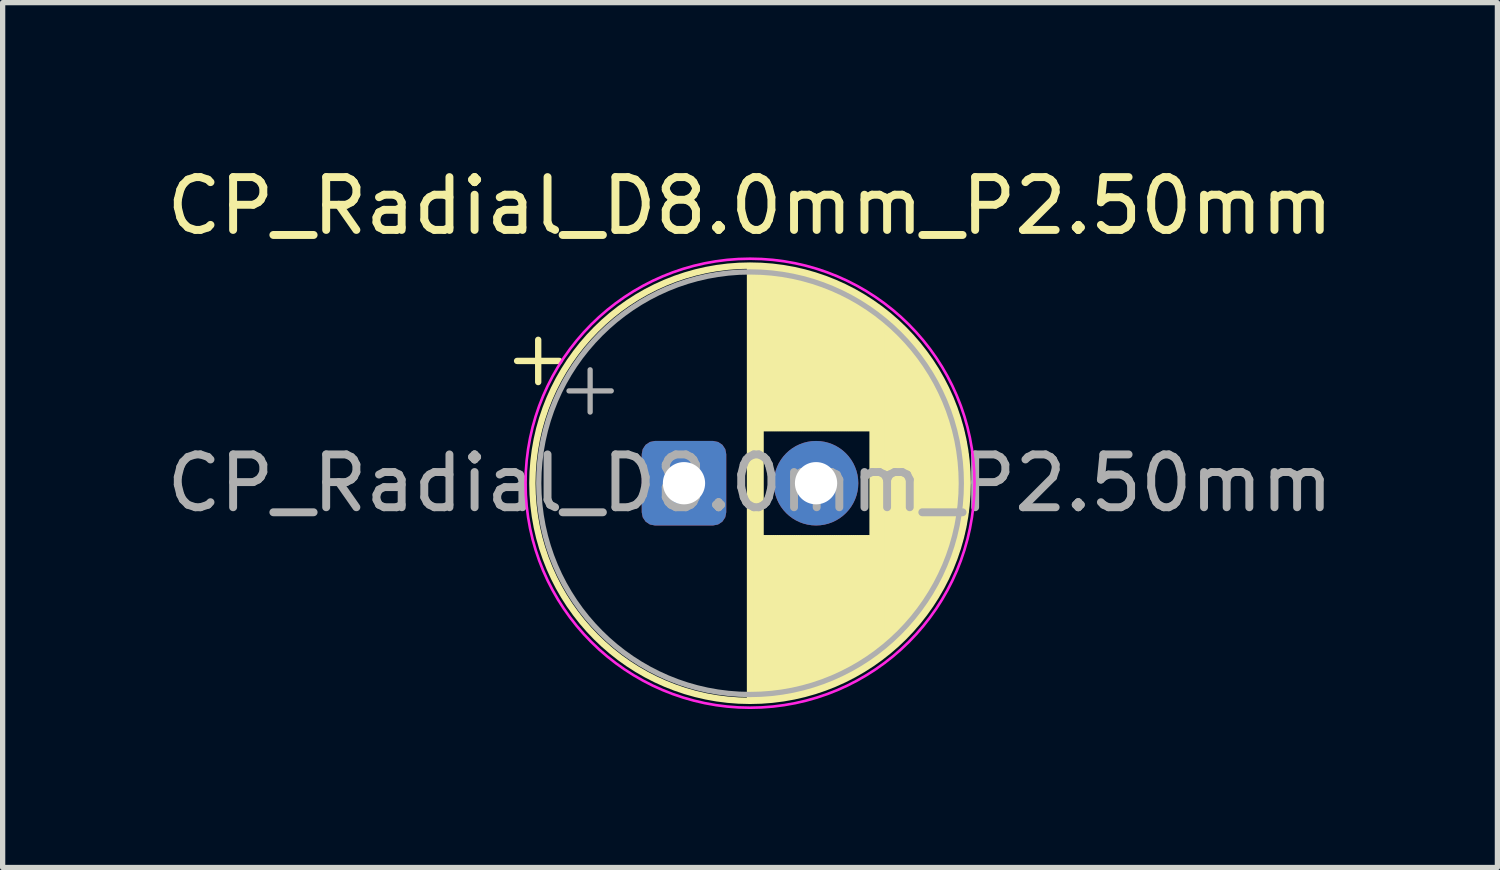
<source format=kicad_pcb>
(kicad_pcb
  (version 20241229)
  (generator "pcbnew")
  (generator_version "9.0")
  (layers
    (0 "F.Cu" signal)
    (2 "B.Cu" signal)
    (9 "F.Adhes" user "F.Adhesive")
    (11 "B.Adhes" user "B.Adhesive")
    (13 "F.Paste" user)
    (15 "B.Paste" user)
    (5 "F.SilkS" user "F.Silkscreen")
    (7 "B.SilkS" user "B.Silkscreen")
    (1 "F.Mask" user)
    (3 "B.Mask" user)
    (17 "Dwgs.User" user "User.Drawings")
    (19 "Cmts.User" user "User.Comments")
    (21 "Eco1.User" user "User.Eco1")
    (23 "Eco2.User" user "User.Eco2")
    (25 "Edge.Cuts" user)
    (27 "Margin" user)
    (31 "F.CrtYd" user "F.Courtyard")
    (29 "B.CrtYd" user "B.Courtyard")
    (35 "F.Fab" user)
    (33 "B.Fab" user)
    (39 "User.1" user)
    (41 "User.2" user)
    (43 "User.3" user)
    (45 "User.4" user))
  (footprint "CP_Radial_D8.0mm_P2.50mm"
    (layer "F.Cu")
    (at 9.899 6.098)
    (property "Reference" "CP_Radial_D8.0mm_P2.50mm" (at 1.25 -5.25 0) (layer "F.SilkS") (effects (font (size 1 1) (thickness 0.15))))
    (attr through_hole)
    (fp_line (start -3.16 -2.315) (end -2.36 -2.315) (stroke (width 0.12) (type solid)) (layer "F.SilkS"))
    (fp_line (start -2.76 -2.715) (end -2.76 -1.915) (stroke (width 0.12) (type solid)) (layer "F.SilkS"))
    (fp_line (start 1.25 -4.08) (end 1.25 4.08) (stroke (width 0.12) (type solid)) (layer "F.SilkS"))
    (fp_line (start 1.29 -4.08) (end 1.29 4.08) (stroke (width 0.12) (type solid)) (layer "F.SilkS"))
    (fp_line (start 1.33 -4.079) (end 1.33 4.079) (stroke (width 0.12) (type solid)) (layer "F.SilkS"))
    (fp_line (start 1.37 -4.078) (end 1.37 4.078) (stroke (width 0.12) (type solid)) (layer "F.SilkS"))
    (fp_line (start 1.41 -4.077) (end 1.41 4.077) (stroke (width 0.12) (type solid)) (layer "F.SilkS"))
    (fp_line (start 1.45 -4.075) (end 1.45 4.075) (stroke (width 0.12) (type solid)) (layer "F.SilkS"))
    (fp_line (start 1.49 -4.073) (end 1.49 -1.04) (stroke (width 0.12) (type solid)) (layer "F.SilkS"))
    (fp_line (start 1.49 1.04) (end 1.49 4.073) (stroke (width 0.12) (type solid)) (layer "F.SilkS"))
    (fp_line (start 1.53 -4.07) (end 1.53 -1.04) (stroke (width 0.12) (type solid)) (layer "F.SilkS"))
    (fp_line (start 1.53 1.04) (end 1.53 4.07) (stroke (width 0.12) (type solid)) (layer "F.SilkS"))
    (fp_line (start 1.57 -4.068) (end 1.57 -1.04) (stroke (width 0.12) (type solid)) (layer "F.SilkS"))
    (fp_line (start 1.57 1.04) (end 1.57 4.068) (stroke (width 0.12) (type solid)) (layer "F.SilkS"))
    (fp_line (start 1.61 -4.064) (end 1.61 -1.04) (stroke (width 0.12) (type solid)) (layer "F.SilkS"))
    (fp_line (start 1.61 1.04) (end 1.61 4.064) (stroke (width 0.12) (type solid)) (layer "F.SilkS"))
    (fp_line (start 1.65 -4.061) (end 1.65 -1.04) (stroke (width 0.12) (type solid)) (layer "F.SilkS"))
    (fp_line (start 1.65 1.04) (end 1.65 4.061) (stroke (width 0.12) (type solid)) (layer "F.SilkS"))
    (fp_line (start 1.69 -4.056) (end 1.69 -1.04) (stroke (width 0.12) (type solid)) (layer "F.SilkS"))
    (fp_line (start 1.69 1.04) (end 1.69 4.056) (stroke (width 0.12) (type solid)) (layer "F.SilkS"))
    (fp_line (start 1.73 -4.052) (end 1.73 -1.04) (stroke (width 0.12) (type solid)) (layer "F.SilkS"))
    (fp_line (start 1.73 1.04) (end 1.73 4.052) (stroke (width 0.12) (type solid)) (layer "F.SilkS"))
    (fp_line (start 1.77 -4.047) (end 1.77 -1.04) (stroke (width 0.12) (type solid)) (layer "F.SilkS"))
    (fp_line (start 1.77 1.04) (end 1.77 4.047) (stroke (width 0.12) (type solid)) (layer "F.SilkS"))
    (fp_line (start 1.81 -4.042) (end 1.81 -1.04) (stroke (width 0.12) (type solid)) (layer "F.SilkS"))
    (fp_line (start 1.81 1.04) (end 1.81 4.042) (stroke (width 0.12) (type solid)) (layer "F.SilkS"))
    (fp_line (start 1.85 -4.036) (end 1.85 -1.04) (stroke (width 0.12) (type solid)) (layer "F.SilkS"))
    (fp_line (start 1.85 1.04) (end 1.85 4.036) (stroke (width 0.12) (type solid)) (layer "F.SilkS"))
    (fp_line (start 1.89 -4.03) (end 1.89 -1.04) (stroke (width 0.12) (type solid)) (layer "F.SilkS"))
    (fp_line (start 1.89 1.04) (end 1.89 4.03) (stroke (width 0.12) (type solid)) (layer "F.SilkS"))
    (fp_line (start 1.93 -4.023) (end 1.93 -1.04) (stroke (width 0.12) (type solid)) (layer "F.SilkS"))
    (fp_line (start 1.93 1.04) (end 1.93 4.023) (stroke (width 0.12) (type solid)) (layer "F.SilkS"))
    (fp_line (start 1.97 -4.017) (end 1.97 -1.04) (stroke (width 0.12) (type solid)) (layer "F.SilkS"))
    (fp_line (start 1.97 1.04) (end 1.97 4.017) (stroke (width 0.12) (type solid)) (layer "F.SilkS"))
    (fp_line (start 2.01 -4.009) (end 2.01 -1.04) (stroke (width 0.12) (type solid)) (layer "F.SilkS"))
    (fp_line (start 2.01 1.04) (end 2.01 4.009) (stroke (width 0.12) (type solid)) (layer "F.SilkS"))
    (fp_line (start 2.05 -4.002) (end 2.05 -1.04) (stroke (width 0.12) (type solid)) (layer "F.SilkS"))
    (fp_line (start 2.05 1.04) (end 2.05 4.002) (stroke (width 0.12) (type solid)) (layer "F.SilkS"))
    (fp_line (start 2.09 -3.993) (end 2.09 -1.04) (stroke (width 0.12) (type solid)) (layer "F.SilkS"))
    (fp_line (start 2.09 1.04) (end 2.09 3.993) (stroke (width 0.12) (type solid)) (layer "F.SilkS"))
    (fp_line (start 2.13 -3.985) (end 2.13 -1.04) (stroke (width 0.12) (type solid)) (layer "F.SilkS"))
    (fp_line (start 2.13 1.04) (end 2.13 3.985) (stroke (width 0.12) (type solid)) (layer "F.SilkS"))
    (fp_line (start 2.17 -3.976) (end 2.17 -1.04) (stroke (width 0.12) (type solid)) (layer "F.SilkS"))
    (fp_line (start 2.17 1.04) (end 2.17 3.976) (stroke (width 0.12) (type solid)) (layer "F.SilkS"))
    (fp_line (start 2.21 -3.967) (end 2.21 -1.04) (stroke (width 0.12) (type solid)) (layer "F.SilkS"))
    (fp_line (start 2.21 1.04) (end 2.21 3.967) (stroke (width 0.12) (type solid)) (layer "F.SilkS"))
    (fp_line (start 2.25 -3.957) (end 2.25 -1.04) (stroke (width 0.12) (type solid)) (layer "F.SilkS"))
    (fp_line (start 2.25 1.04) (end 2.25 3.957) (stroke (width 0.12) (type solid)) (layer "F.SilkS"))
    (fp_line (start 2.29 -3.947) (end 2.29 -1.04) (stroke (width 0.12) (type solid)) (layer "F.SilkS"))
    (fp_line (start 2.29 1.04) (end 2.29 3.947) (stroke (width 0.12) (type solid)) (layer "F.SilkS"))
    (fp_line (start 2.33 -3.936) (end 2.33 -1.04) (stroke (width 0.12) (type solid)) (layer "F.SilkS"))
    (fp_line (start 2.33 1.04) (end 2.33 3.936) (stroke (width 0.12) (type solid)) (layer "F.SilkS"))
    (fp_line (start 2.37 -3.925) (end 2.37 -1.04) (stroke (width 0.12) (type solid)) (layer "F.SilkS"))
    (fp_line (start 2.37 1.04) (end 2.37 3.925) (stroke (width 0.12) (type solid)) (layer "F.SilkS"))
    (fp_line (start 2.41 -3.913) (end 2.41 -1.04) (stroke (width 0.12) (type solid)) (layer "F.SilkS"))
    (fp_line (start 2.41 1.04) (end 2.41 3.913) (stroke (width 0.12) (type solid)) (layer "F.SilkS"))
    (fp_line (start 2.45 -3.901) (end 2.45 -1.04) (stroke (width 0.12) (type solid)) (layer "F.SilkS"))
    (fp_line (start 2.45 1.04) (end 2.45 3.901) (stroke (width 0.12) (type solid)) (layer "F.SilkS"))
    (fp_line (start 2.49 -3.889) (end 2.49 -1.04) (stroke (width 0.12) (type solid)) (layer "F.SilkS"))
    (fp_line (start 2.49 1.04) (end 2.49 3.889) (stroke (width 0.12) (type solid)) (layer "F.SilkS"))
    (fp_line (start 2.53 -3.876) (end 2.53 -1.04) (stroke (width 0.12) (type solid)) (layer "F.SilkS"))
    (fp_line (start 2.53 1.04) (end 2.53 3.876) (stroke (width 0.12) (type solid)) (layer "F.SilkS"))
    (fp_line (start 2.57 -3.863) (end 2.57 -1.04) (stroke (width 0.12) (type solid)) (layer "F.SilkS"))
    (fp_line (start 2.57 1.04) (end 2.57 3.863) (stroke (width 0.12) (type solid)) (layer "F.SilkS"))
    (fp_line (start 2.61 -3.849) (end 2.61 -1.04) (stroke (width 0.12) (type solid)) (layer "F.SilkS"))
    (fp_line (start 2.61 1.04) (end 2.61 3.849) (stroke (width 0.12) (type solid)) (layer "F.SilkS"))
    (fp_line (start 2.65 -3.835) (end 2.65 -1.04) (stroke (width 0.12) (type solid)) (layer "F.SilkS"))
    (fp_line (start 2.65 1.04) (end 2.65 3.835) (stroke (width 0.12) (type solid)) (layer "F.SilkS"))
    (fp_line (start 2.69 -3.82) (end 2.69 -1.04) (stroke (width 0.12) (type solid)) (layer "F.SilkS"))
    (fp_line (start 2.69 1.04) (end 2.69 3.82) (stroke (width 0.12) (type solid)) (layer "F.SilkS"))
    (fp_line (start 2.73 -3.805) (end 2.73 -1.04) (stroke (width 0.12) (type solid)) (layer "F.SilkS"))
    (fp_line (start 2.73 1.04) (end 2.73 3.805) (stroke (width 0.12) (type solid)) (layer "F.SilkS"))
    (fp_line (start 2.77 -3.789) (end 2.77 -1.04) (stroke (width 0.12) (type solid)) (layer "F.SilkS"))
    (fp_line (start 2.77 1.04) (end 2.77 3.789) (stroke (width 0.12) (type solid)) (layer "F.SilkS"))
    (fp_line (start 2.81 -3.773) (end 2.81 -1.04) (stroke (width 0.12) (type solid)) (layer "F.SilkS"))
    (fp_line (start 2.81 1.04) (end 2.81 3.773) (stroke (width 0.12) (type solid)) (layer "F.SilkS"))
    (fp_line (start 2.85 -3.757) (end 2.85 -1.04) (stroke (width 0.12) (type solid)) (layer "F.SilkS"))
    (fp_line (start 2.85 1.04) (end 2.85 3.757) (stroke (width 0.12) (type solid)) (layer "F.SilkS"))
    (fp_line (start 2.89 -3.74) (end 2.89 -1.04) (stroke (width 0.12) (type solid)) (layer "F.SilkS"))
    (fp_line (start 2.89 1.04) (end 2.89 3.74) (stroke (width 0.12) (type solid)) (layer "F.SilkS"))
    (fp_line (start 2.93 -3.722) (end 2.93 -1.04) (stroke (width 0.12) (type solid)) (layer "F.SilkS"))
    (fp_line (start 2.93 1.04) (end 2.93 3.722) (stroke (width 0.12) (type solid)) (layer "F.SilkS"))
    (fp_line (start 2.97 -3.704) (end 2.97 -1.04) (stroke (width 0.12) (type solid)) (layer "F.SilkS"))
    (fp_line (start 2.97 1.04) (end 2.97 3.704) (stroke (width 0.12) (type solid)) (layer "F.SilkS"))
    (fp_line (start 3.01 -3.685) (end 3.01 -1.04) (stroke (width 0.12) (type solid)) (layer "F.SilkS"))
    (fp_line (start 3.01 1.04) (end 3.01 3.685) (stroke (width 0.12) (type solid)) (layer "F.SilkS"))
    (fp_line (start 3.05 -3.666) (end 3.05 -1.04) (stroke (width 0.12) (type solid)) (layer "F.SilkS"))
    (fp_line (start 3.05 1.04) (end 3.05 3.666) (stroke (width 0.12) (type solid)) (layer "F.SilkS"))
    (fp_line (start 3.09 -3.646) (end 3.09 -1.04) (stroke (width 0.12) (type solid)) (layer "F.SilkS"))
    (fp_line (start 3.09 1.04) (end 3.09 3.646) (stroke (width 0.12) (type solid)) (layer "F.SilkS"))
    (fp_line (start 3.13 -3.626) (end 3.13 -1.04) (stroke (width 0.12) (type solid)) (layer "F.SilkS"))
    (fp_line (start 3.13 1.04) (end 3.13 3.626) (stroke (width 0.12) (type solid)) (layer "F.SilkS"))
    (fp_line (start 3.17 -3.605) (end 3.17 -1.04) (stroke (width 0.12) (type solid)) (layer "F.SilkS"))
    (fp_line (start 3.17 1.04) (end 3.17 3.605) (stroke (width 0.12) (type solid)) (layer "F.SilkS"))
    (fp_line (start 3.21 -3.584) (end 3.21 -1.04) (stroke (width 0.12) (type solid)) (layer "F.SilkS"))
    (fp_line (start 3.21 1.04) (end 3.21 3.584) (stroke (width 0.12) (type solid)) (layer "F.SilkS"))
    (fp_line (start 3.25 -3.562) (end 3.25 -1.04) (stroke (width 0.12) (type solid)) (layer "F.SilkS"))
    (fp_line (start 3.25 1.04) (end 3.25 3.562) (stroke (width 0.12) (type solid)) (layer "F.SilkS"))
    (fp_line (start 3.29 -3.539) (end 3.29 -1.04) (stroke (width 0.12) (type solid)) (layer "F.SilkS"))
    (fp_line (start 3.29 1.04) (end 3.29 3.539) (stroke (width 0.12) (type solid)) (layer "F.SilkS"))
    (fp_line (start 3.33 -3.516) (end 3.33 -1.04) (stroke (width 0.12) (type solid)) (layer "F.SilkS"))
    (fp_line (start 3.33 1.04) (end 3.33 3.516) (stroke (width 0.12) (type solid)) (layer "F.SilkS"))
    (fp_line (start 3.37 -3.493) (end 3.37 -1.04) (stroke (width 0.12) (type solid)) (layer "F.SilkS"))
    (fp_line (start 3.37 1.04) (end 3.37 3.493) (stroke (width 0.12) (type solid)) (layer "F.SilkS"))
    (fp_line (start 3.41 -3.468) (end 3.41 -1.04) (stroke (width 0.12) (type solid)) (layer "F.SilkS"))
    (fp_line (start 3.41 1.04) (end 3.41 3.468) (stroke (width 0.12) (type solid)) (layer "F.SilkS"))
    (fp_line (start 3.45 -3.443) (end 3.45 -1.04) (stroke (width 0.12) (type solid)) (layer "F.SilkS"))
    (fp_line (start 3.45 1.04) (end 3.45 3.443) (stroke (width 0.12) (type solid)) (layer "F.SilkS"))
    (fp_line (start 3.49 -3.418) (end 3.49 -1.04) (stroke (width 0.12) (type solid)) (layer "F.SilkS"))
    (fp_line (start 3.49 1.04) (end 3.49 3.418) (stroke (width 0.12) (type solid)) (layer "F.SilkS"))
    (fp_line (start 3.53 -3.392) (end 3.53 -1.04) (stroke (width 0.12) (type solid)) (layer "F.SilkS"))
    (fp_line (start 3.53 1.04) (end 3.53 3.392) (stroke (width 0.12) (type solid)) (layer "F.SilkS"))
    (fp_line (start 3.57 -3.365) (end 3.57 3.365) (stroke (width 0.12) (type solid)) (layer "F.SilkS"))
    (fp_line (start 3.61 -3.337) (end 3.61 3.337) (stroke (width 0.12) (type solid)) (layer "F.SilkS"))
    (fp_line (start 3.65 -3.309) (end 3.65 3.309) (stroke (width 0.12) (type solid)) (layer "F.SilkS"))
    (fp_line (start 3.69 -3.28) (end 3.69 3.28) (stroke (width 0.12) (type solid)) (layer "F.SilkS"))
    (fp_line (start 3.73 -3.25) (end 3.73 3.25) (stroke (width 0.12) (type solid)) (layer "F.SilkS"))
    (fp_line (start 3.77 -3.219) (end 3.77 3.219) (stroke (width 0.12) (type solid)) (layer "F.SilkS"))
    (fp_line (start 3.81 -3.188) (end 3.81 3.188) (stroke (width 0.12) (type solid)) (layer "F.SilkS"))
    (fp_line (start 3.85 -3.156) (end 3.85 3.156) (stroke (width 0.12) (type solid)) (layer "F.SilkS"))
    (fp_line (start 3.89 -3.123) (end 3.89 3.123) (stroke (width 0.12) (type solid)) (layer "F.SilkS"))
    (fp_line (start 3.93 -3.089) (end 3.93 3.089) (stroke (width 0.12) (type solid)) (layer "F.SilkS"))
    (fp_line (start 3.97 -3.055) (end 3.97 3.055) (stroke (width 0.12) (type solid)) (layer "F.SilkS"))
    (fp_line (start 4.01 -3.019) (end 4.01 3.019) (stroke (width 0.12) (type solid)) (layer "F.SilkS"))
    (fp_line (start 4.05 -2.982) (end 4.05 2.982) (stroke (width 0.12) (type solid)) (layer "F.SilkS"))
    (fp_line (start 4.09 -2.945) (end 4.09 2.945) (stroke (width 0.12) (type solid)) (layer "F.SilkS"))
    (fp_line (start 4.13 -2.906) (end 4.13 2.906) (stroke (width 0.12) (type solid)) (layer "F.SilkS"))
    (fp_line (start 4.17 -2.867) (end 4.17 2.867) (stroke (width 0.12) (type solid)) (layer "F.SilkS"))
    (fp_line (start 4.21 -2.826) (end 4.21 2.826) (stroke (width 0.12) (type solid)) (layer "F.SilkS"))
    (fp_line (start 4.25 -2.784) (end 4.25 2.784) (stroke (width 0.12) (type solid)) (layer "F.SilkS"))
    (fp_line (start 4.29 -2.741) (end 4.29 2.741) (stroke (width 0.12) (type solid)) (layer "F.SilkS"))
    (fp_line (start 4.33 -2.696) (end 4.33 2.696) (stroke (width 0.12) (type solid)) (layer "F.SilkS"))
    (fp_line (start 4.37 -2.651) (end 4.37 2.651) (stroke (width 0.12) (type solid)) (layer "F.SilkS"))
    (fp_line (start 4.41 -2.604) (end 4.41 2.604) (stroke (width 0.12) (type solid)) (layer "F.SilkS"))
    (fp_line (start 4.45 -2.555) (end 4.45 2.555) (stroke (width 0.12) (type solid)) (layer "F.SilkS"))
    (fp_line (start 4.49 -2.505) (end 4.49 2.505) (stroke (width 0.12) (type solid)) (layer "F.SilkS"))
    (fp_line (start 4.53 -2.453) (end 4.53 2.453) (stroke (width 0.12) (type solid)) (layer "F.SilkS"))
    (fp_line (start 4.57 -2.4) (end 4.57 2.4) (stroke (width 0.12) (type solid)) (layer "F.SilkS"))
    (fp_line (start 4.61 -2.344) (end 4.61 2.344) (stroke (width 0.12) (type solid)) (layer "F.SilkS"))
    (fp_line (start 4.65 -2.287) (end 4.65 2.287) (stroke (width 0.12) (type solid)) (layer "F.SilkS"))
    (fp_line (start 4.69 -2.227) (end 4.69 2.227) (stroke (width 0.12) (type solid)) (layer "F.SilkS"))
    (fp_line (start 4.73 -2.165) (end 4.73 2.165) (stroke (width 0.12) (type solid)) (layer "F.SilkS"))
    (fp_line (start 4.77 -2.101) (end 4.77 2.101) (stroke (width 0.12) (type solid)) (layer "F.SilkS"))
    (fp_line (start 4.81 -2.034) (end 4.81 2.034) (stroke (width 0.12) (type solid)) (layer "F.SilkS"))
    (fp_line (start 4.85 -1.964) (end 4.85 1.964) (stroke (width 0.12) (type solid)) (layer "F.SilkS"))
    (fp_line (start 4.89 -1.89) (end 4.89 1.89) (stroke (width 0.12) (type solid)) (layer "F.SilkS"))
    (fp_line (start 4.93 -1.813) (end 4.93 1.813) (stroke (width 0.12) (type solid)) (layer "F.SilkS"))
    (fp_line (start 4.97 -1.731) (end 4.97 1.731) (stroke (width 0.12) (type solid)) (layer "F.SilkS"))
    (fp_line (start 5.01 -1.644) (end 5.01 1.644) (stroke (width 0.12) (type solid)) (layer "F.SilkS"))
    (fp_line (start 5.05 -1.552) (end 5.05 1.552) (stroke (width 0.12) (type solid)) (layer "F.SilkS"))
    (fp_line (start 5.09 -1.453) (end 5.09 1.453) (stroke (width 0.12) (type solid)) (layer "F.SilkS"))
    (fp_line (start 5.13 -1.346) (end 5.13 1.346) (stroke (width 0.12) (type solid)) (layer "F.SilkS"))
    (fp_line (start 5.17 -1.228) (end 5.17 1.228) (stroke (width 0.12) (type solid)) (layer "F.SilkS"))
    (fp_line (start 5.21 -1.097) (end 5.21 1.097) (stroke (width 0.12) (type solid)) (layer "F.SilkS"))
    (fp_line (start 5.25 -0.947) (end 5.25 0.947) (stroke (width 0.12) (type solid)) (layer "F.SilkS"))
    (fp_line (start 5.29 -0.768) (end 5.29 0.768) (stroke (width 0.12) (type solid)) (layer "F.SilkS"))
    (fp_line (start 5.33 -0.533) (end 5.33 0.533) (stroke (width 0.12) (type solid)) (layer "F.SilkS"))
    (fp_circle (center 1.25 0) (end 5.37 0) (stroke (width 0.12) (type solid)) (fill no) (layer "F.SilkS"))
    (fp_circle (center 1.25 0) (end 5.5 0) (stroke (width 0.05) (type solid)) (fill no) (layer "F.CrtYd"))
    (fp_line (start -2.177 -1.748) (end -1.377 -1.748) (stroke (width 0.1) (type solid)) (layer "F.Fab"))
    (fp_line (start -1.777 -2.147) (end -1.777 -1.347) (stroke (width 0.1) (type solid)) (layer "F.Fab"))
    (fp_circle (center 1.25 0) (end 5.25 0) (stroke (width 0.1) (type solid)) (fill no) (layer "F.Fab"))
    (fp_text user "${REFERENCE}" (at 1.25 0 0) (layer "F.Fab") (effects (font (size 1 1) (thickness 0.15))))
    (pad "1" thru_hole roundrect (at 0 0) (size 1.6 1.6) (drill 0.8) (layers "*.Cu" "*.Mask") (roundrect_rratio 0.156))
    (pad "2" thru_hole circle (at 2.5 0) (size 1.6 1.6) (drill 0.8) (layers "*.Cu" "*.Mask")))
  (gr_rect
    (start -3 -3)
    (end 25.298 13.373)
    (stroke (width 0.1) (type default))
    (fill no)
    (layer "Edge.Cuts")))
</source>
